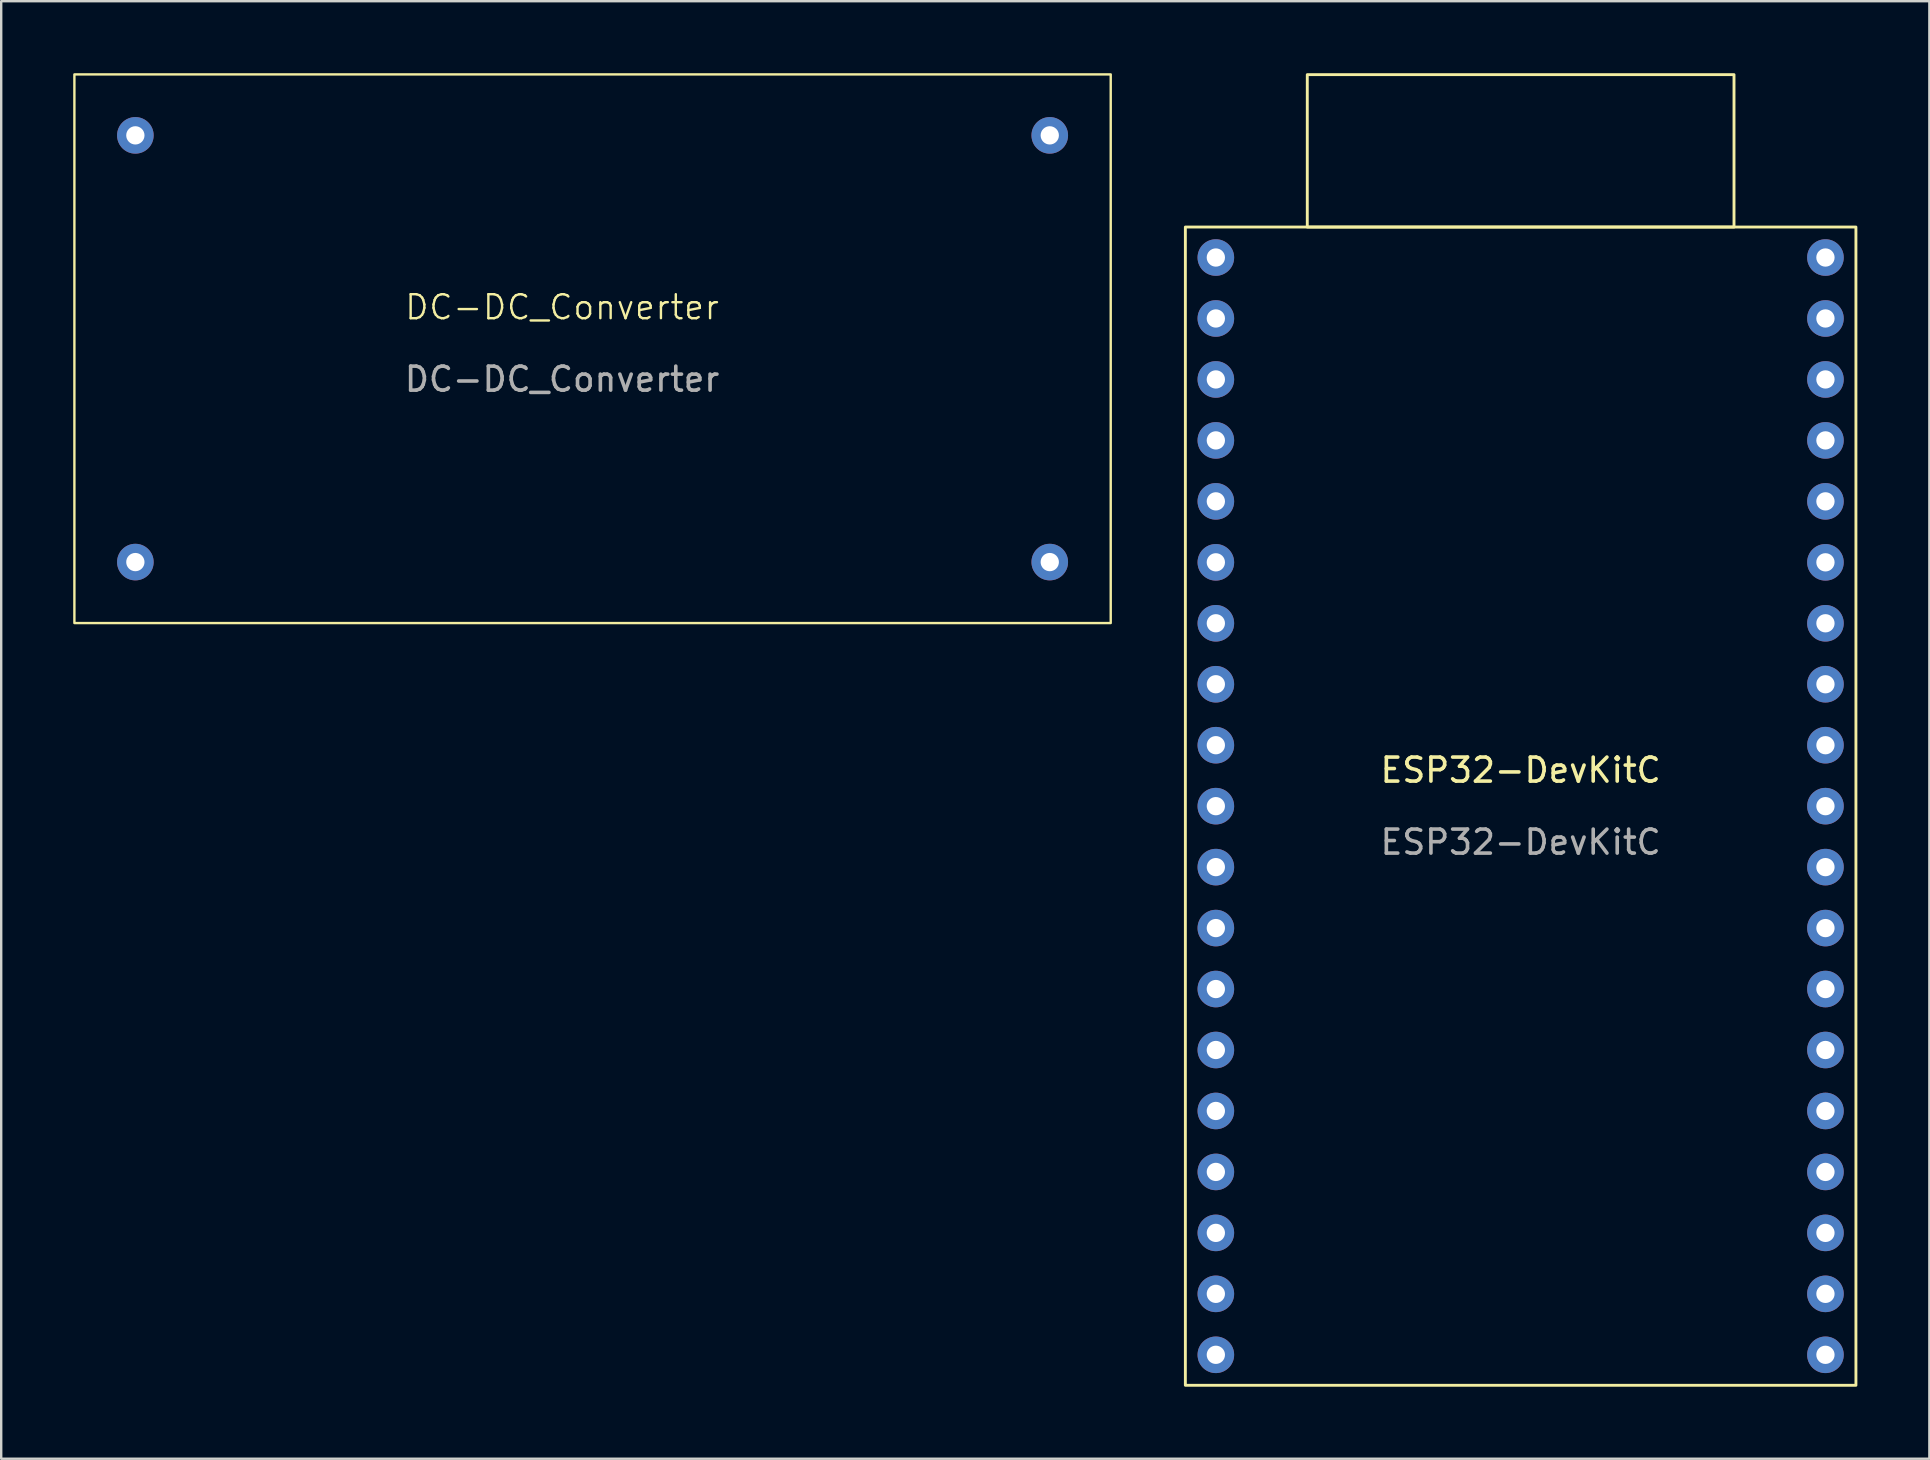
<source format=kicad_pcb>
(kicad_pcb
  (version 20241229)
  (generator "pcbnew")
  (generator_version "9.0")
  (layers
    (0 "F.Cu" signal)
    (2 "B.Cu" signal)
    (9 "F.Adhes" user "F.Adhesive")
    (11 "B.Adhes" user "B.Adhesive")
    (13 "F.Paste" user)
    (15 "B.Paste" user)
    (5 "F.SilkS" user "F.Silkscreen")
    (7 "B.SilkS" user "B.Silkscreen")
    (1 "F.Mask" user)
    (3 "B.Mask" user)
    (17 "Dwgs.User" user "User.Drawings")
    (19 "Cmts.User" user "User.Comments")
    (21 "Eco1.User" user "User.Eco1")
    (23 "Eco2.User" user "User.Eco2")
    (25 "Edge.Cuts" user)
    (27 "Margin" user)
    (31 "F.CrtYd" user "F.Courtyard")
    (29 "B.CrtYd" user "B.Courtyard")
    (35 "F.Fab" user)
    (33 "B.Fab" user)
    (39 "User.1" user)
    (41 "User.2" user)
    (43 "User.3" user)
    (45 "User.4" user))
  (footprint "DC-DC_Converter"
    (layer "F.Cu")
    (at 20.37 10.21)
    (property "Reference" "DC-DC_Converter" (at 0 -0.46 0) (unlocked yes) (layer "F.SilkS") (effects (font (size 1 1) (thickness 0.1))))
    (attr through_hole)
    (fp_rect (start -20.32 -10.16) (end 22.86 12.7) (stroke (width 0.1) (type default)) (fill no) (layer "F.SilkS"))
    (fp_text user "${REFERENCE}" (at 0 2.54 0) (unlocked yes) (layer "F.Fab") (effects (font (size 1 1) (thickness 0.15))))
    (pad "1" thru_hole circle (at -17.78 -7.62) (size 1.524 1.524) (drill 0.762) (layers "*.Cu" "*.Mask"))
    (pad "2" thru_hole circle (at -17.78 10.16) (size 1.524 1.524) (drill 0.762) (layers "*.Cu" "*.Mask"))
    (pad "3" thru_hole circle (at 20.32 10.16) (size 1.524 1.524) (drill 0.762) (layers "*.Cu" "*.Mask"))
    (pad "4" thru_hole circle (at 20.32 -7.62) (size 1.524 1.524) (drill 0.762) (layers "*.Cu" "*.Mask")))
  (footprint "ESP32-DevKitC"
    (layer "F.Cu")
    (at 60.31 30.54)
    (property "Reference" "ESP32-DevKitC" (at 0 -1.5 0) (unlocked yes) (layer "F.SilkS") (effects (font (size 1 1) (thickness 0.15))))
    (attr through_hole)
    (fp_rect (start -13.97 -24.13) (end 13.97 24.13) (stroke (width 0.12) (type solid)) (fill no) (layer "F.SilkS"))
    (fp_rect (start -8.89 -24.13) (end 8.89 -30.48) (stroke (width 0.12) (type solid)) (fill no) (layer "F.SilkS"))
    (fp_text user "${REFERENCE}" (at 0 1.5 0) (unlocked yes) (layer "F.Fab") (effects (font (size 1 1) (thickness 0.15))))
    (pad "1" thru_hole circle (at -12.7 -22.86) (size 1.524 1.524) (drill 0.762) (layers "*.Cu" "*.Mask"))
    (pad "2" thru_hole circle (at -12.7 -20.32) (size 1.524 1.524) (drill 0.762) (layers "*.Cu" "*.Mask"))
    (pad "3" thru_hole circle (at -12.7 -17.78) (size 1.524 1.524) (drill 0.762) (layers "*.Cu" "*.Mask"))
    (pad "4" thru_hole circle (at -12.7 -15.24) (size 1.524 1.524) (drill 0.762) (layers "*.Cu" "*.Mask"))
    (pad "5" thru_hole circle (at -12.7 -12.7) (size 1.524 1.524) (drill 0.762) (layers "*.Cu" "*.Mask"))
    (pad "6" thru_hole circle (at -12.7 -10.16) (size 1.524 1.524) (drill 0.762) (layers "*.Cu" "*.Mask"))
    (pad "7" thru_hole circle (at -12.7 -7.62) (size 1.524 1.524) (drill 0.762) (layers "*.Cu" "*.Mask"))
    (pad "8" thru_hole circle (at -12.7 -5.08) (size 1.524 1.524) (drill 0.762) (layers "*.Cu" "*.Mask"))
    (pad "9" thru_hole circle (at -12.7 -2.54) (size 1.524 1.524) (drill 0.762) (layers "*.Cu" "*.Mask"))
    (pad "10" thru_hole circle (at -12.7 0) (size 1.524 1.524) (drill 0.762) (layers "*.Cu" "*.Mask"))
    (pad "11" thru_hole circle (at -12.7 2.54) (size 1.524 1.524) (drill 0.762) (layers "*.Cu" "*.Mask"))
    (pad "12" thru_hole circle (at -12.7 5.08) (size 1.524 1.524) (drill 0.762) (layers "*.Cu" "*.Mask"))
    (pad "13" thru_hole circle (at -12.7 7.62) (size 1.524 1.524) (drill 0.762) (layers "*.Cu" "*.Mask"))
    (pad "14" thru_hole circle (at -12.7 10.16) (size 1.524 1.524) (drill 0.762) (layers "*.Cu" "*.Mask"))
    (pad "15" thru_hole circle (at -12.7 12.7) (size 1.524 1.524) (drill 0.762) (layers "*.Cu" "*.Mask"))
    (pad "16" thru_hole circle (at -12.7 15.24) (size 1.524 1.524) (drill 0.762) (layers "*.Cu" "*.Mask"))
    (pad "17" thru_hole circle (at -12.7 17.78) (size 1.524 1.524) (drill 0.762) (layers "*.Cu" "*.Mask"))
    (pad "18" thru_hole circle (at -12.7 20.32) (size 1.524 1.524) (drill 0.762) (layers "*.Cu" "*.Mask"))
    (pad "19" thru_hole circle (at -12.7 22.86) (size 1.524 1.524) (drill 0.762) (layers "*.Cu" "*.Mask"))
    (pad "20" thru_hole circle (at 12.7 22.86) (size 1.524 1.524) (drill 0.762) (layers "*.Cu" "*.Mask"))
    (pad "21" thru_hole circle (at 12.7 20.32) (size 1.524 1.524) (drill 0.762) (layers "*.Cu" "*.Mask"))
    (pad "22" thru_hole circle (at 12.7 17.78) (size 1.524 1.524) (drill 0.762) (layers "*.Cu" "*.Mask"))
    (pad "23" thru_hole circle (at 12.7 15.24) (size 1.524 1.524) (drill 0.762) (layers "*.Cu" "*.Mask"))
    (pad "24" thru_hole circle (at 12.7 12.7) (size 1.524 1.524) (drill 0.762) (layers "*.Cu" "*.Mask"))
    (pad "25" thru_hole circle (at 12.7 10.16) (size 1.524 1.524) (drill 0.762) (layers "*.Cu" "*.Mask"))
    (pad "26" thru_hole circle (at 12.7 7.62) (size 1.524 1.524) (drill 0.762) (layers "*.Cu" "*.Mask"))
    (pad "27" thru_hole circle (at 12.7 5.08) (size 1.524 1.524) (drill 0.762) (layers "*.Cu" "*.Mask"))
    (pad "28" thru_hole circle (at 12.7 2.54) (size 1.524 1.524) (drill 0.762) (layers "*.Cu" "*.Mask"))
    (pad "29" thru_hole circle (at 12.7 0) (size 1.524 1.524) (drill 0.762) (layers "*.Cu" "*.Mask"))
    (pad "30" thru_hole circle (at 12.7 -2.54) (size 1.524 1.524) (drill 0.762) (layers "*.Cu" "*.Mask"))
    (pad "31" thru_hole circle (at 12.7 -5.08) (size 1.524 1.524) (drill 0.762) (layers "*.Cu" "*.Mask"))
    (pad "32" thru_hole circle (at 12.7 -7.62) (size 1.524 1.524) (drill 0.762) (layers "*.Cu" "*.Mask"))
    (pad "33" thru_hole circle (at 12.7 -10.16) (size 1.524 1.524) (drill 0.762) (layers "*.Cu" "*.Mask"))
    (pad "34" thru_hole circle (at 12.7 -12.7) (size 1.524 1.524) (drill 0.762) (layers "*.Cu" "*.Mask"))
    (pad "35" thru_hole circle (at 12.7 -15.24) (size 1.524 1.524) (drill 0.762) (layers "*.Cu" "*.Mask"))
    (pad "36" thru_hole circle (at 12.7 -17.78) (size 1.524 1.524) (drill 0.762) (layers "*.Cu" "*.Mask"))
    (pad "37" thru_hole circle (at 12.7 -20.32) (size 1.524 1.524) (drill 0.762) (layers "*.Cu" "*.Mask"))
    (pad "38" thru_hole circle (at 12.7 -22.86) (size 1.524 1.524) (drill 0.762) (layers "*.Cu" "*.Mask")))
  (gr_rect
    (start -3 -3)
    (end 77.34 57.73)
    (stroke (width 0.1) (type default))
    (fill no)
    (layer "Edge.Cuts")))
</source>
